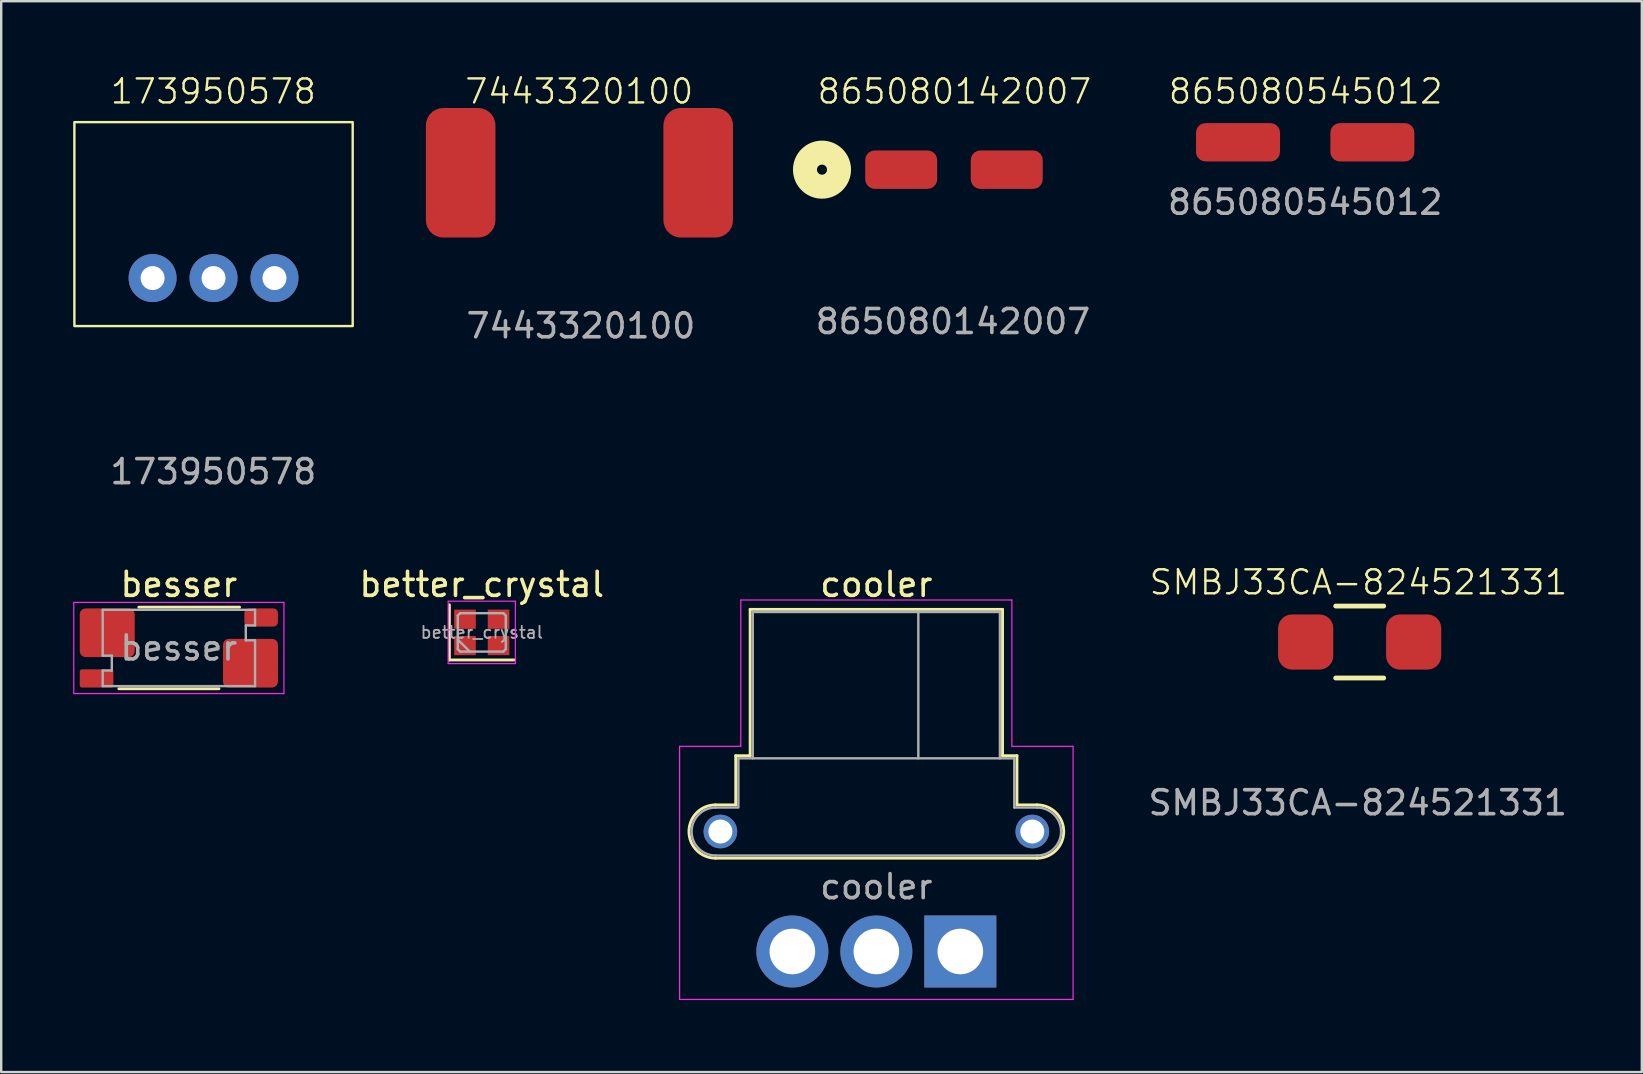
<source format=kicad_pcb>
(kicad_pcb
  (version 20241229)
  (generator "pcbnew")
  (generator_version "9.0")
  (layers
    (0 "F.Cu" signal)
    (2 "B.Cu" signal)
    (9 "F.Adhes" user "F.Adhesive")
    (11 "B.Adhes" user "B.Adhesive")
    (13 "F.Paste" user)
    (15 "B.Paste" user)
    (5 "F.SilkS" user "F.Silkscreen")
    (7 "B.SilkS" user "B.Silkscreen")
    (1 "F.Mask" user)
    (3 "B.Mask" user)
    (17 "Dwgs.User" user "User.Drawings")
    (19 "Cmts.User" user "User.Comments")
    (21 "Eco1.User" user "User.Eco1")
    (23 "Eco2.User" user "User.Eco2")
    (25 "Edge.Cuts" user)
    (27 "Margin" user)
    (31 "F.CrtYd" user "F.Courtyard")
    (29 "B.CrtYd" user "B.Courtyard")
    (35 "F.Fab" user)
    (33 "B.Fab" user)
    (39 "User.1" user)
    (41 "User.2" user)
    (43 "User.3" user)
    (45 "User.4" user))
  (footprint "865080545012"
    (layer "F.Cu")
    (at 51.349 2.881)
    (property "Reference" "865080545012" (at 0.02 -2.12 0) (unlocked yes) (layer "F.SilkS") (effects (font (size 1 1) (thickness 0.1))))
    (attr smd)
    (fp_text user "${REFERENCE}" (at 0 2.5 0) (unlocked yes) (layer "F.Fab") (effects (font (size 1 1) (thickness 0.15))))
    (pad "1" smd roundrect (at 2.8 0) (size 3.5 1.6) (layers "F.Cu" "F.Mask" "F.Paste") (roundrect_rratio 0.25))
    (pad "2" smd roundrect (at -2.8 0) (size 3.5 1.6) (layers "F.Cu" "F.Mask" "F.Paste") (roundrect_rratio 0.25)))
  (footprint "SMBJ33CA-824521331"
    (layer "F.Cu")
    (at 53.62 23.709)
    (property "Reference" "SMBJ33CA-824521331" (at -0.05 -2.49 0) (unlocked yes) (layer "F.SilkS") (effects (font (size 1 1) (thickness 0.1))))
    (attr smd)
    (fp_line (start -1 -1.5) (end 1 -1.5) (stroke (width 0.2) (type default)) (layer "F.SilkS"))
    (fp_line (start -1 1.5) (end 1 1.5) (stroke (width 0.2) (type default)) (layer "F.SilkS"))
    (fp_text user "${REFERENCE}" (at -0.08 6.7 0) (unlocked yes) (layer "F.Fab") (effects (font (size 1 1) (thickness 0.15))))
    (pad "1" smd roundrect (at -2.25 0) (size 2.3 2.3) (layers "F.Cu" "F.Mask" "F.Paste") (roundrect_rratio 0.25))
    (pad "2" smd roundrect (at 2.25 0) (size 2.3 2.3) (layers "F.Cu" "F.Mask" "F.Paste") (roundrect_rratio 0.25)))
  (footprint "cooler"
    (layer "F.Cu")
    (at 36.975 36.607)
    (property "Reference" "cooler" (at -3.5 -15.3 0) (layer "F.SilkS") (effects (font (size 1 1) (thickness 0.15))))
    (attr through_hole)
    (fp_line (start -10.2 -6.11) (end -9.36 -6.11) (stroke (width 0.12) (type solid)) (layer "F.SilkS"))
    (fp_line (start -10.2 -3.89) (end 3.2 -3.89) (stroke (width 0.12) (type solid)) (layer "F.SilkS"))
    (fp_line (start -9.36 -8.16) (end -9.36 -6.11) (stroke (width 0.12) (type solid)) (layer "F.SilkS"))
    (fp_line (start -9.36 -8.16) (end -8.76 -8.16) (stroke (width 0.12) (type solid)) (layer "F.SilkS"))
    (fp_line (start -8.76 -14.26) (end -8.76 -8.16) (stroke (width 0.12) (type solid)) (layer "F.SilkS"))
    (fp_line (start -8.76 -14.26) (end 1.76 -14.26) (stroke (width 0.12) (type solid)) (layer "F.SilkS"))
    (fp_line (start 1.76 -14.26) (end 1.76 -8.16) (stroke (width 0.12) (type solid)) (layer "F.SilkS"))
    (fp_line (start 1.76 -8.16) (end 2.36 -8.16) (stroke (width 0.12) (type solid)) (layer "F.SilkS"))
    (fp_line (start 2.36 -8.16) (end 2.36 -6.11) (stroke (width 0.12) (type solid)) (layer "F.SilkS"))
    (fp_line (start 2.36 -6.11) (end 3.2 -6.11) (stroke (width 0.12) (type solid)) (layer "F.SilkS"))
    (fp_arc (start -10.2 -3.89) (mid -11.31 -5) (end -10.2 -6.11) (stroke (width 0.12) (type solid)) (layer "F.SilkS"))
    (fp_arc (start 3.2 -6.11) (mid 4.31 -5) (end 3.2 -3.89) (stroke (width 0.12) (type solid)) (layer "F.SilkS"))
    (fp_line (start -11.7 -8.55) (end -11.7 2) (stroke (width 0.05) (type solid)) (layer "F.CrtYd"))
    (fp_line (start -11.7 2) (end 4.7 2) (stroke (width 0.05) (type solid)) (layer "F.CrtYd"))
    (fp_line (start -9.15 -14.65) (end -9.15 -8.55) (stroke (width 0.05) (type solid)) (layer "F.CrtYd"))
    (fp_line (start -9.15 -14.65) (end 2.15 -14.65) (stroke (width 0.05) (type solid)) (layer "F.CrtYd"))
    (fp_line (start -9.15 -8.55) (end -11.7 -8.55) (stroke (width 0.05) (type solid)) (layer "F.CrtYd"))
    (fp_line (start 2.15 -14.65) (end 2.15 -8.55) (stroke (width 0.05) (type solid)) (layer "F.CrtYd"))
    (fp_line (start 4.7 -8.55) (end 2.15 -8.55) (stroke (width 0.05) (type solid)) (layer "F.CrtYd"))
    (fp_line (start 4.7 -8.55) (end 4.7 2) (stroke (width 0.05) (type solid)) (layer "F.CrtYd"))
    (fp_line (start -10.2 -6) (end -9.25 -6) (stroke (width 0.1) (type solid)) (layer "F.Fab"))
    (fp_line (start -10.2 -4) (end 3.2 -4) (stroke (width 0.1) (type solid)) (layer "F.Fab"))
    (fp_line (start -9.25 -8.05) (end -9.25 -6.05) (stroke (width 0.1) (type solid)) (layer "F.Fab"))
    (fp_line (start -9.25 -8.05) (end 2.25 -8.05) (stroke (width 0.1) (type solid)) (layer "F.Fab"))
    (fp_line (start -8.65 -14.15) (end -8.65 -8.05) (stroke (width 0.1) (type solid)) (layer "F.Fab"))
    (fp_line (start -8.65 -14.15) (end 1.65 -14.15) (stroke (width 0.1) (type solid)) (layer "F.Fab"))
    (fp_line (start -1.75 -14.15) (end -1.75 -8.05) (stroke (width 0.1) (type solid)) (layer "F.Fab"))
    (fp_line (start 1.65 -14.15) (end 1.65 -8.05) (stroke (width 0.1) (type solid)) (layer "F.Fab"))
    (fp_line (start 2.25 -8.05) (end 2.25 -6) (stroke (width 0.1) (type solid)) (layer "F.Fab"))
    (fp_line (start 2.255 -6) (end 3.2 -6) (stroke (width 0.1) (type solid)) (layer "F.Fab"))
    (fp_arc (start -10.2 -4) (mid -11.2 -5) (end -10.2 -6) (stroke (width 0.1) (type solid)) (layer "F.Fab"))
    (fp_arc (start 3.2 -6) (mid 4.2 -5) (end 3.2 -4) (stroke (width 0.1) (type solid)) (layer "F.Fab"))
    (fp_text user "${REFERENCE}" (at -3.5 -2.7 0) (layer "F.Fab") (effects (font (size 1 1) (thickness 0.15))))
    (pad "" thru_hole circle (at -10 -5) (size 1.4 1.4) (drill 1) (layers "*.Cu" "*.Mask"))
    (pad "" thru_hole circle (at 3 -5 90) (size 1.4 1.4) (drill 1) (layers "*.Cu" "*.Mask"))
    (pad "1" thru_hole rect (at 0 0) (size 3 3) (drill 1.9) (layers "*.Cu" "*.Mask"))
    (pad "2" thru_hole circle (at -3.5 0) (size 3 3) (drill 1.9) (layers "*.Cu" "*.Mask"))
    (pad "3" thru_hole circle (at -7 0) (size 3 3) (drill 1.9) (layers "*.Cu" "*.Mask")))
  (footprint "besser"
    (layer "F.Cu")
    (at 4.405 23.957)
    (property "Reference" "besser" (at 0 -2.65 0) (layer "F.SilkS") (effects (font (size 1 1) (thickness 0.15))))
    (attr smd)
    (fp_line (start -2.5 1.7) (end 1.67 1.7) (stroke (width 0.12) (type solid)) (layer "F.SilkS"))
    (fp_line (start -1.67 -1.7) (end 2.53 -1.7) (stroke (width 0.12) (type solid)) (layer "F.SilkS"))
    (fp_line (start -4.38 -1.9) (end 4.38 -1.9) (stroke (width 0.05) (type solid)) (layer "F.CrtYd"))
    (fp_line (start -4.38 1.9) (end -4.38 -1.9) (stroke (width 0.05) (type solid)) (layer "F.CrtYd"))
    (fp_line (start 4.38 -1.9) (end 4.38 1.9) (stroke (width 0.05) (type solid)) (layer "F.CrtYd"))
    (fp_line (start 4.38 1.9) (end -4.38 1.9) (stroke (width 0.05) (type solid)) (layer "F.CrtYd"))
    (fp_line (start -3.175 -1.59) (end 3.175 -1.59) (stroke (width 0.1) (type solid)) (layer "F.Fab"))
    (fp_line (start -3.175 0.32) (end -3.175 -1.59) (stroke (width 0.1) (type solid)) (layer "F.Fab"))
    (fp_line (start -3.175 0.32) (end -2.795 0.32) (stroke (width 0.1) (type solid)) (layer "F.Fab"))
    (fp_line (start -3.175 0.94) (end -3.175 1.59) (stroke (width 0.1) (type solid)) (layer "F.Fab"))
    (fp_line (start -3.175 0.94) (end -2.795 0.94) (stroke (width 0.1) (type solid)) (layer "F.Fab"))
    (fp_line (start -2.795 0.94) (end -2.795 0.32) (stroke (width 0.1) (type solid)) (layer "F.Fab"))
    (fp_line (start 2.79 -0.94) (end 3.17 -0.94) (stroke (width 0.1) (type solid)) (layer "F.Fab"))
    (fp_line (start 2.79 -0.32) (end 2.79 -0.94) (stroke (width 0.1) (type solid)) (layer "F.Fab"))
    (fp_line (start 2.79 -0.32) (end 3.17 -0.32) (stroke (width 0.1) (type solid)) (layer "F.Fab"))
    (fp_line (start 3.175 -0.94) (end 3.175 -1.59) (stroke (width 0.1) (type solid)) (layer "F.Fab"))
    (fp_line (start 3.175 -0.32) (end 3.175 1.59) (stroke (width 0.1) (type solid)) (layer "F.Fab"))
    (fp_line (start 3.175 1.59) (end -3.175 1.59) (stroke (width 0.1) (type solid)) (layer "F.Fab"))
    (fp_text user "${REFERENCE}" (at 0 0 0) (layer "F.Fab") (effects (font (size 1 1) (thickness 0.15))))
    (pad "1" smd roundrect (at -2.985 -0.635) (size 2.29 2.03) (layers "F.Cu" "F.Mask" "F.Paste") (roundrect_rratio 0.12))
    (pad "2" smd roundrect (at -3.43 1.27) (size 1.4 0.76) (layers "F.Cu" "F.Mask" "F.Paste") (roundrect_rratio 0.12))
    (pad "3" smd roundrect (at 3.43 -1.27) (size 1.4 0.76) (layers "F.Cu" "F.Mask" "F.Paste") (roundrect_rratio 0.25))
    (pad "4" smd roundrect (at 2.985 0.635) (size 2.29 2.03) (layers "F.Cu" "F.Mask" "F.Paste") (roundrect_rratio 0.12)))
  (footprint "7443320100"
    (layer "F.Cu")
    (at 21.1 4.151)
    (property "Reference" "7443320100" (at -0.01 -3.39 0) (unlocked yes) (layer "F.SilkS") (effects (font (size 1 1) (thickness 0.1))))
    (attr smd)
    (fp_text user "${REFERENCE}" (at 0.06 6.38 0) (unlocked yes) (layer "F.Fab") (effects (font (size 1 1) (thickness 0.15))))
    (pad "1" smd roundrect (at -4.95 0) (size 2.9 5.4) (layers "F.Cu" "F.Mask" "F.Paste") (roundrect_rratio 0.25))
    (pad "2" smd roundrect (at 4.95 0) (size 2.9 5.4) (layers "F.Cu" "F.Mask" "F.Paste") (roundrect_rratio 0.25)))
  (footprint "173950578"
    (layer "F.Cu")
    (at 5.85 8.54)
    (property "Reference" "173950578" (at -0.01 -7.78 0) (unlocked yes) (layer "F.SilkS") (effects (font (size 1 1) (thickness 0.1))))
    (attr through_hole)
    (fp_rect (start -5.8 -6.5) (end 5.8 2) (stroke (width 0.1) (type default)) (fill no) (layer "F.SilkS"))
    (fp_text user "${REFERENCE}" (at -0.01 8.07 0) (unlocked yes) (layer "F.Fab") (effects (font (size 1 1) (thickness 0.15))))
    (pad "1" thru_hole circle (at -2.54 0) (size 2 2) (drill 1) (layers "*.Cu" "*.Mask"))
    (pad "2" thru_hole circle (at 0 0) (size 2 2) (drill 1) (layers "*.Cu" "*.Mask"))
    (pad "3" thru_hole circle (at 2.54 0) (size 2 2) (drill 1) (layers "*.Cu" "*.Mask")))
  (footprint "better_crystal"
    (layer "F.Cu")
    (at 17.03 23.307)
    (property "Reference" "better_crystal" (at 0 -2 0) (layer "F.SilkS") (effects (font (size 1 1) (thickness 0.15))))
    (attr smd)
    (fp_line (start -1.35 -1.15) (end -1.35 1.15) (stroke (width 0.12) (type solid)) (layer "F.SilkS"))
    (fp_line (start -1.35 1.15) (end 1.35 1.15) (stroke (width 0.12) (type solid)) (layer "F.SilkS"))
    (fp_line (start -1.4 -1.3) (end -1.4 1.3) (stroke (width 0.05) (type solid)) (layer "F.CrtYd"))
    (fp_line (start -1.4 1.3) (end 1.4 1.3) (stroke (width 0.05) (type solid)) (layer "F.CrtYd"))
    (fp_line (start 1.4 -1.3) (end -1.4 -1.3) (stroke (width 0.05) (type solid)) (layer "F.CrtYd"))
    (fp_line (start 1.4 1.3) (end 1.4 -1.3) (stroke (width 0.05) (type solid)) (layer "F.CrtYd"))
    (fp_line (start -1 -0.7) (end -0.9 -0.8) (stroke (width 0.1) (type solid)) (layer "F.Fab"))
    (fp_line (start -1 0.3) (end -0.5 0.8) (stroke (width 0.1) (type solid)) (layer "F.Fab"))
    (fp_line (start -1 0.7) (end -1 -0.7) (stroke (width 0.1) (type solid)) (layer "F.Fab"))
    (fp_line (start -0.9 -0.8) (end 0.9 -0.8) (stroke (width 0.1) (type solid)) (layer "F.Fab"))
    (fp_line (start -0.9 0.8) (end -1 0.7) (stroke (width 0.1) (type solid)) (layer "F.Fab"))
    (fp_line (start 0.9 -0.8) (end 1 -0.7) (stroke (width 0.1) (type solid)) (layer "F.Fab"))
    (fp_line (start 0.9 0.8) (end -0.9 0.8) (stroke (width 0.1) (type solid)) (layer "F.Fab"))
    (fp_line (start 1 -0.7) (end 1 0.7) (stroke (width 0.1) (type solid)) (layer "F.Fab"))
    (fp_line (start 1 0.7) (end 0.9 0.8) (stroke (width 0.1) (type solid)) (layer "F.Fab"))
    (fp_text user "${REFERENCE}" (at 0 0 0) (layer "F.Fab") (effects (font (size 0.5 0.5) (thickness 0.075))))
    (pad "1" smd rect (at -0.7 0.55) (size 0.9 0.8) (layers "F.Cu" "F.Mask" "F.Paste"))
    (pad "2" smd rect (at 0.7 0.55) (size 0.9 0.8) (layers "F.Cu" "F.Mask" "F.Paste"))
    (pad "3" smd rect (at 0.7 -0.55) (size 0.9 0.8) (layers "F.Cu" "F.Mask" "F.Paste"))
    (pad "4" smd rect (at -0.7 -0.55) (size 0.9 0.8) (layers "F.Cu" "F.Mask" "F.Paste")))
  (footprint "865080142007"
    (layer "F.Cu")
    (at 36.71 4.021)
    (property "Reference" "865080142007" (at 0.02 -3.26 0) (unlocked yes) (layer "F.SilkS") (effects (font (size 1 1) (thickness 0.1))))
    (attr smd)
    (fp_circle (center -5.5 0) (end -5.29 0) (stroke (width 1) (type default)) (fill no) (layer "F.SilkS"))
    (fp_text user "${REFERENCE}" (at -0.04 6.33 0) (unlocked yes) (layer "F.Fab") (effects (font (size 1 1) (thickness 0.15))))
    (pad "1" smd roundrect (at 2.2 0) (size 3 1.6) (layers "F.Cu" "F.Mask" "F.Paste") (roundrect_rratio 0.25))
    (pad "2" smd roundrect (at -2.2 0) (size 3 1.6) (layers "F.Cu" "F.Mask" "F.Paste") (roundrect_rratio 0.25)))
  (gr_rect
    (start -3 -3)
    (end 65.379 41.632)
    (stroke (width 0.1) (type default))
    (fill no)
    (layer "Edge.Cuts")))
</source>
